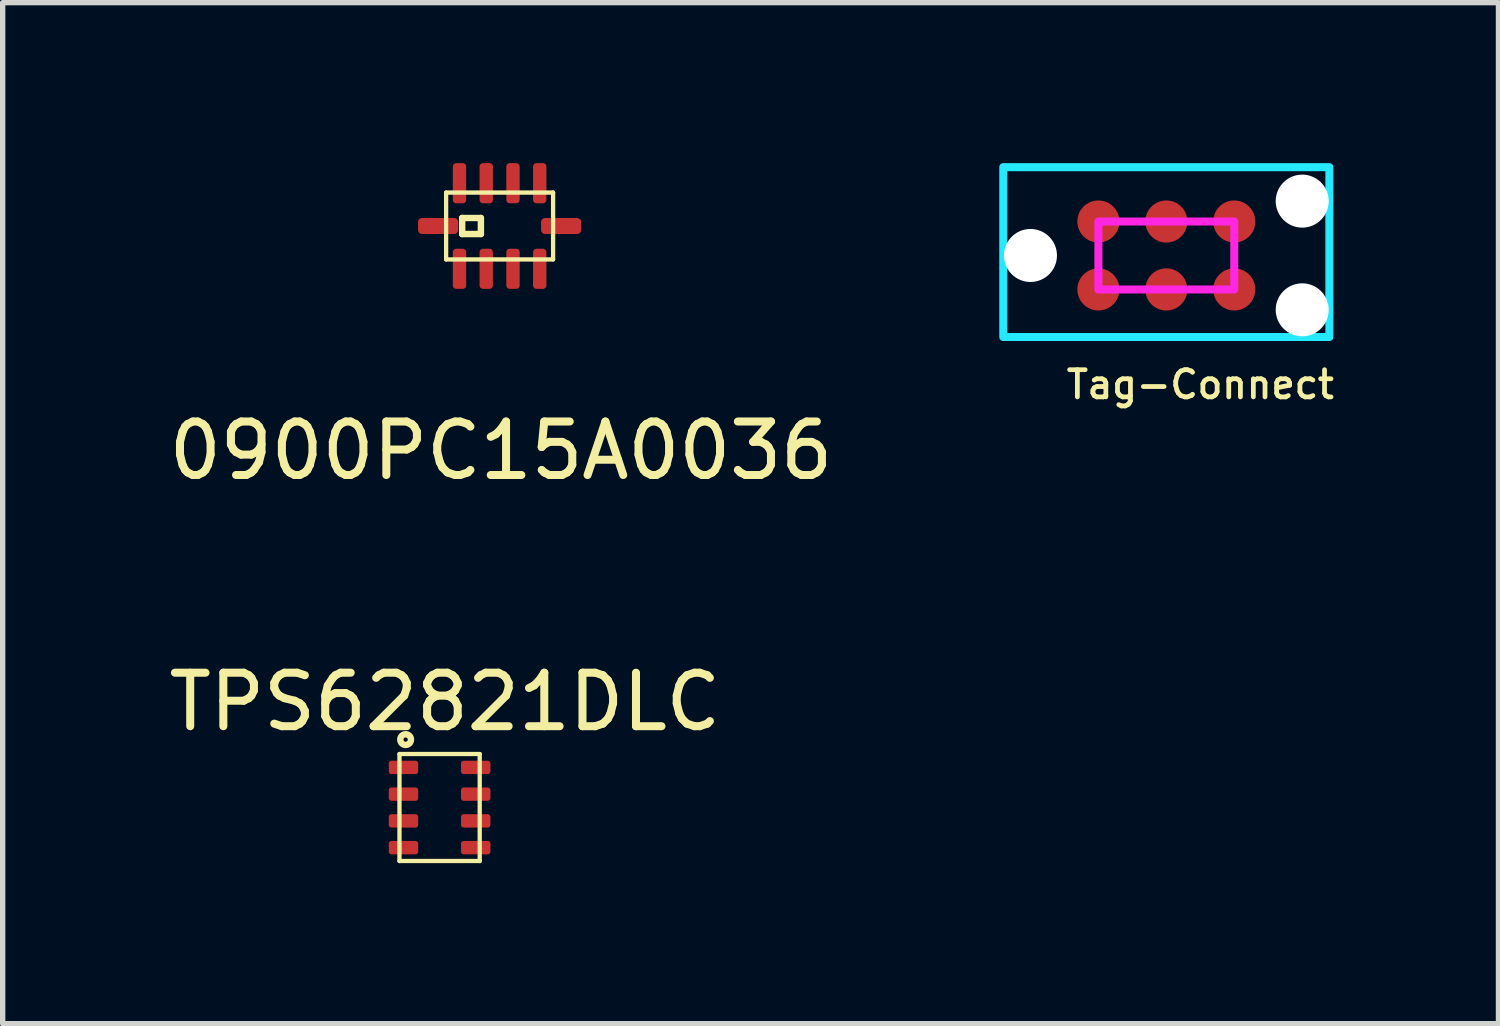
<source format=kicad_pcb>
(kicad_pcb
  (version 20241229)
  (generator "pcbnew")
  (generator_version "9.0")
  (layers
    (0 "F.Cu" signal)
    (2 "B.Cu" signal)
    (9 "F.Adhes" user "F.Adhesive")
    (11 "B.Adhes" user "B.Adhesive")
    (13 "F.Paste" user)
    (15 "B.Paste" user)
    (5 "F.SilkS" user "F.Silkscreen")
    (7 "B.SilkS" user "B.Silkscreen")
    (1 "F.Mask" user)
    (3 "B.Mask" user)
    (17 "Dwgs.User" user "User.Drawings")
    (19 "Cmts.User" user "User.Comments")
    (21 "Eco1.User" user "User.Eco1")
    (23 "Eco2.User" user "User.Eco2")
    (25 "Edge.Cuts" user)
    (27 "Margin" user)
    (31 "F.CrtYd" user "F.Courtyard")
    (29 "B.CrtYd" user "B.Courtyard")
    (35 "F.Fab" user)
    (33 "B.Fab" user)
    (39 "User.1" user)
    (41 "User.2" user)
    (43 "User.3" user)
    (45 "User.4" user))
  (footprint "Tag-Connect"
    (layer "F.Cu")
    (at 16.214 1.726)
    (property "Reference" "Tag-Connect" (at 3.175 2.413 0) (layer "F.SilkS") (effects (font (size 0.508 0.508) (thickness 0.089))))
    (attr through_hole)
    (fp_poly (pts (xy 5.588 -1.651) (xy 5.588 1.524) (xy -0.508 1.524) (xy -0.508 -1.651)) (stroke (width 0.15) (type solid)) (fill no) (layer "B.CrtYd"))
    (fp_poly (pts (xy 1.27 -0.635) (xy 3.81 -0.635) (xy 3.81 0.635) (xy 1.27 0.635)) (stroke (width 0.15) (type solid)) (fill no) (layer "F.CrtYd"))
    (pad "" np_thru_hole circle (at 0 0) (size 0.991 0.991) (drill 0.991) (layers "*.Cu" "*.Mask"))
    (pad "" np_thru_hole circle (at 5.08 -1.016) (size 0.991 0.991) (drill 0.991) (layers "*.Cu" "*.Mask"))
    (pad "" np_thru_hole circle (at 5.08 1.016) (size 0.991 0.991) (drill 0.991) (layers "*.Cu" "*.Mask"))
    (pad "1" smd circle (at 1.27 0.635) (size 0.787 0.787) (layers "F.Cu" "F.Mask"))
    (pad "2" smd circle (at 1.27 -0.635) (size 0.787 0.787) (layers "F.Cu" "F.Mask"))
    (pad "3" smd circle (at 2.54 0.635) (size 0.787 0.787) (layers "F.Cu" "F.Mask"))
    (pad "4" smd circle (at 2.54 -0.635) (size 0.787 0.787) (layers "F.Cu" "F.Mask"))
    (pad "5" smd circle (at 3.81 0.635) (size 0.787 0.787) (layers "F.Cu" "F.Mask"))
    (pad "6" smd circle (at 3.81 -0.635) (size 0.787 0.787) (layers "F.Cu" "F.Mask")))
  (footprint "0900PC15A0036"
    (layer "F.Cu")
    (at 6.29 1.175)
    (property "Reference" "0900PC15A0036" (at 0.025 4.2 0) (layer "F.SilkS") (effects (font (size 1 1) (thickness 0.15))))
    (attr through_hole)
    (fp_line (start -1 -0.625) (end 1 -0.625) (stroke (width 0.08) (type solid)) (layer "F.SilkS"))
    (fp_line (start -1 0.625) (end -1 -0.625) (stroke (width 0.08) (type solid)) (layer "F.SilkS"))
    (fp_line (start -0.7 -0.15) (end -0.7 0.15) (stroke (width 0.12) (type solid)) (layer "F.SilkS"))
    (fp_line (start -0.7 0.15) (end -0.35 0.15) (stroke (width 0.12) (type solid)) (layer "F.SilkS"))
    (fp_line (start -0.35 -0.15) (end -0.7 -0.15) (stroke (width 0.12) (type solid)) (layer "F.SilkS"))
    (fp_line (start -0.35 0.15) (end -0.35 -0.15) (stroke (width 0.12) (type solid)) (layer "F.SilkS"))
    (fp_line (start 1 -0.625) (end 1 0.625) (stroke (width 0.08) (type solid)) (layer "F.SilkS"))
    (fp_line (start 1 0.625) (end -1 0.625) (stroke (width 0.08) (type solid)) (layer "F.SilkS"))
    (pad "1" smd roundrect (at -0.75 0.8) (size 0.25 0.75) (layers "F.Cu" "F.Mask" "F.Paste") (roundrect_rratio 0.25))
    (pad "2" smd roundrect (at -0.25 0.8) (size 0.25 0.75) (layers "F.Cu" "F.Mask" "F.Paste") (roundrect_rratio 0.25))
    (pad "3" smd roundrect (at 0.25 0.8) (size 0.25 0.75) (layers "F.Cu" "F.Mask" "F.Paste") (roundrect_rratio 0.25))
    (pad "4" smd roundrect (at 0.75 0.8) (size 0.25 0.75) (layers "F.Cu" "F.Mask" "F.Paste") (roundrect_rratio 0.25))
    (pad "5" smd roundrect (at 1.15 0 90) (size 0.3 0.75) (layers "F.Cu" "F.Mask" "F.Paste") (roundrect_rratio 0.25))
    (pad "6" smd roundrect (at 0.75 -0.8) (size 0.25 0.75) (layers "F.Cu" "F.Mask" "F.Paste") (roundrect_rratio 0.25))
    (pad "7" smd roundrect (at 0.25 -0.8) (size 0.25 0.75) (layers "F.Cu" "F.Mask" "F.Paste") (roundrect_rratio 0.25))
    (pad "8" smd roundrect (at -0.25 -0.8) (size 0.25 0.75) (layers "F.Cu" "F.Mask" "F.Paste") (roundrect_rratio 0.25))
    (pad "9" smd roundrect (at -0.75 -0.8) (size 0.25 0.75) (layers "F.Cu" "F.Mask" "F.Paste") (roundrect_rratio 0.25))
    (pad "10" smd roundrect (at -1.15 0 90) (size 0.3 0.75) (layers "F.Cu" "F.Mask" "F.Paste") (roundrect_rratio 0.25)))
  (footprint "TPS62821DLC"
    (layer "F.Cu")
    (at 5.168 12.046)
    (property "Reference" "TPS62821DLC" (at 0.1 -1.975 0) (layer "F.SilkS") (effects (font (size 1 1) (thickness 0.15))))
    (attr through_hole)
    (fp_line (start -0.75 -1) (end -0.75 1) (stroke (width 0.08) (type solid)) (layer "F.SilkS"))
    (fp_line (start -0.75 1) (end 0.75 1) (stroke (width 0.08) (type solid)) (layer "F.SilkS"))
    (fp_line (start 0.75 -1) (end -0.75 -1) (stroke (width 0.08) (type solid)) (layer "F.SilkS"))
    (fp_line (start 0.75 1) (end 0.75 -1) (stroke (width 0.08) (type solid)) (layer "F.SilkS"))
    (fp_circle (center -0.635 -1.27) (end -0.555 -1.21) (stroke (width 0.12) (type solid)) (fill no) (layer "F.SilkS"))
    (pad "1" smd roundrect (at -0.675 -0.75) (size 0.55 0.25) (layers "F.Cu" "F.Mask" "F.Paste") (roundrect_rratio 0.2))
    (pad "2" smd roundrect (at -0.675 -0.25) (size 0.55 0.25) (layers "F.Cu" "F.Mask" "F.Paste") (roundrect_rratio 0.2))
    (pad "3" smd roundrect (at -0.675 0.25) (size 0.55 0.25) (layers "F.Cu" "F.Mask" "F.Paste") (roundrect_rratio 0.2))
    (pad "4" smd roundrect (at -0.675 0.75) (size 0.55 0.25) (layers "F.Cu" "F.Mask" "F.Paste") (roundrect_rratio 0.2))
    (pad "5" smd roundrect (at 0.675 0.75) (size 0.55 0.25) (layers "F.Cu" "F.Mask" "F.Paste") (roundrect_rratio 0.2))
    (pad "6" smd roundrect (at 0.675 0.25) (size 0.55 0.25) (layers "F.Cu" "F.Mask" "F.Paste") (roundrect_rratio 0.2))
    (pad "7" smd roundrect (at 0.675 -0.25) (size 0.55 0.25) (layers "F.Cu" "F.Mask" "F.Paste") (roundrect_rratio 0.2))
    (pad "8" smd roundrect (at 0.675 -0.75) (size 0.55 0.25) (layers "F.Cu" "F.Mask" "F.Paste") (roundrect_rratio 0.2)))
  (gr_rect
    (start -3 -3)
    (end 24.963 16.087)
    (stroke (width 0.1) (type default))
    (fill no)
    (layer "Edge.Cuts")))
</source>
